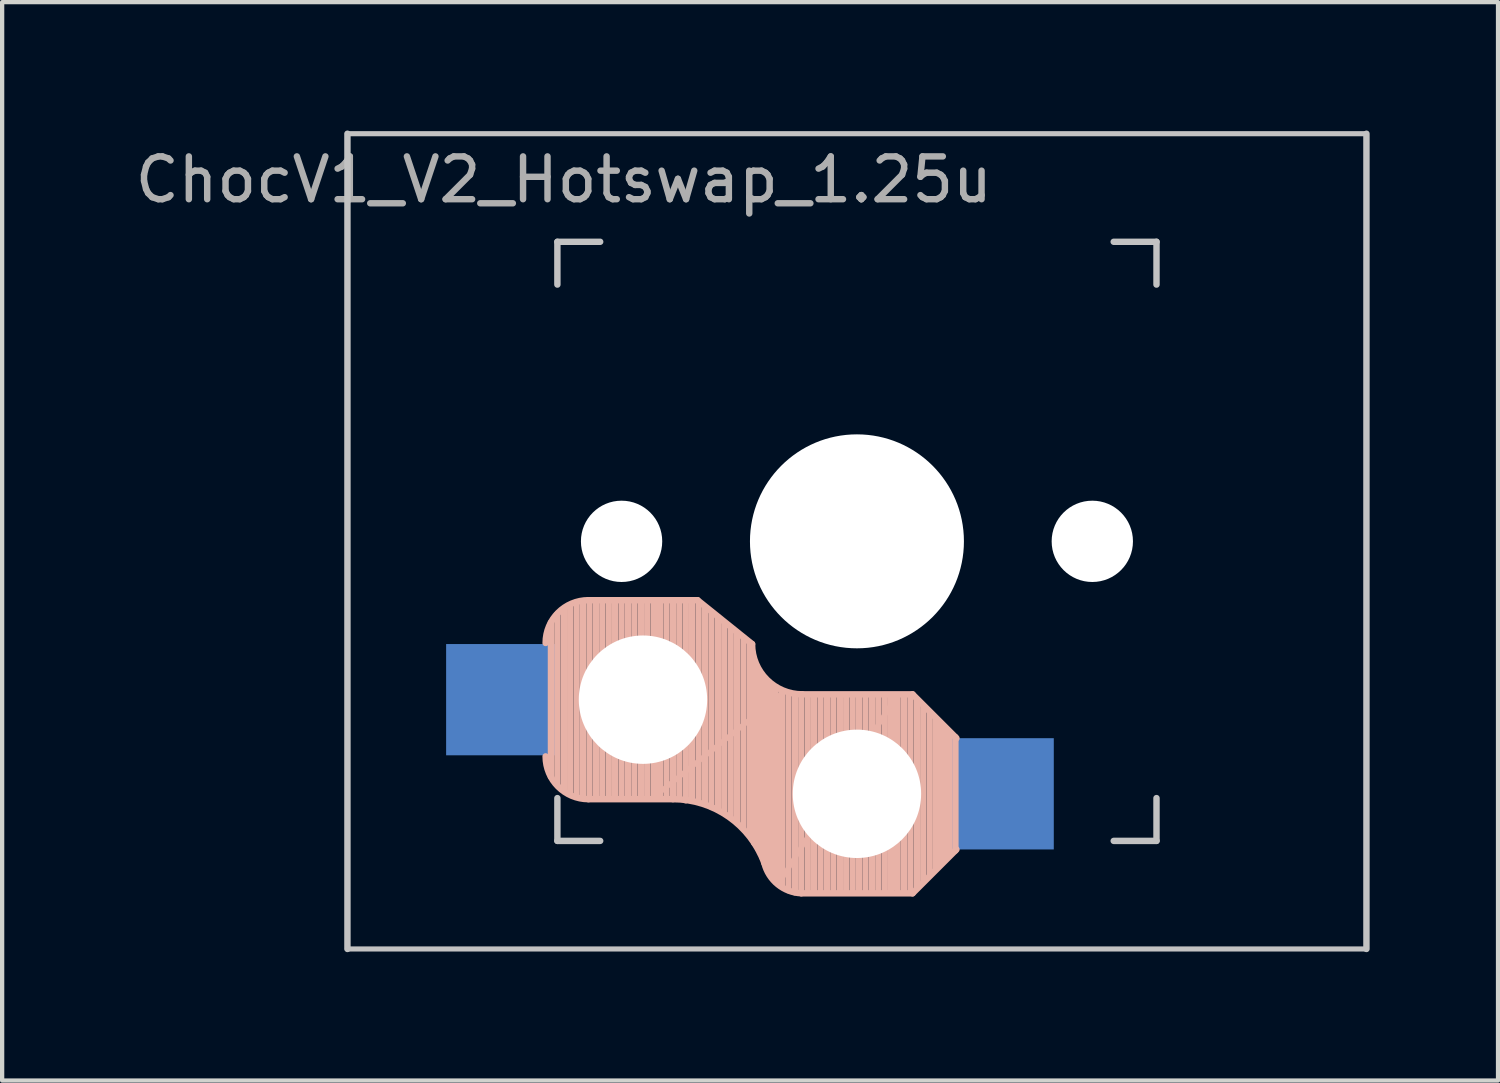
<source format=kicad_pcb>
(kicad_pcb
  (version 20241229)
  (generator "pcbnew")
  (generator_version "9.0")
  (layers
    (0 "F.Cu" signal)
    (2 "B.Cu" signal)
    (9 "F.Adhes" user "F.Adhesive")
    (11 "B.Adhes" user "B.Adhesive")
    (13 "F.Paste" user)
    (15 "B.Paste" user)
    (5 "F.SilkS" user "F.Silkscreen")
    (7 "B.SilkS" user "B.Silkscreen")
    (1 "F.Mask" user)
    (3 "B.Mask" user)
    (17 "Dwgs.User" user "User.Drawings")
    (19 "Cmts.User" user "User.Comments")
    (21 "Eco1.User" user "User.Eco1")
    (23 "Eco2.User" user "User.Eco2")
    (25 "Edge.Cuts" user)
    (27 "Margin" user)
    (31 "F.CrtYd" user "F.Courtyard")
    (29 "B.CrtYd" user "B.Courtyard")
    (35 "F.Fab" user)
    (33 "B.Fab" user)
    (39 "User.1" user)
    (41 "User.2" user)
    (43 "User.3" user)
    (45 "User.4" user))
  (footprint "ChocV1_V2_Hotswap_1.25u"
    (layer "F.Cu")
    (at 16.975 9.6)
    (property "Reference" "ChocV1_V2_Hotswap_1.25u" (at -6.85 -8.45 0) (layer "F.Fab") (effects (font (size 1 1) (thickness 0.15))))
    (attr through_hole)
    (fp_line (start -7.15 5.5) (end -7.15 1.9) (stroke (width 0.15) (type solid)) (layer "B.SilkS"))
    (fp_line (start -7 5.7) (end -7 1.7) (stroke (width 0.15) (type solid)) (layer "B.SilkS"))
    (fp_line (start -6.85 5.8) (end -6.85 1.6) (stroke (width 0.15) (type solid)) (layer "B.SilkS"))
    (fp_line (start -6.7 5.9) (end -6.7 1.5) (stroke (width 0.15) (type solid)) (layer "B.SilkS"))
    (fp_line (start -6.55 5.95) (end -6.55 1.45) (stroke (width 0.15) (type solid)) (layer "B.SilkS"))
    (fp_line (start -6.4 6) (end -6.4 1.45) (stroke (width 0.15) (type solid)) (layer "B.SilkS"))
    (fp_line (start -6.25 6) (end -6.25 1.4) (stroke (width 0.15) (type solid)) (layer "B.SilkS"))
    (fp_line (start -6.1 6) (end -6.1 1.4) (stroke (width 0.15) (type solid)) (layer "B.SilkS"))
    (fp_line (start -5.95 6) (end -5.95 1.4) (stroke (width 0.15) (type solid)) (layer "B.SilkS"))
    (fp_line (start -5.8 6) (end -5.8 1.4) (stroke (width 0.15) (type solid)) (layer "B.SilkS"))
    (fp_line (start -5.65 6) (end -5.65 1.4) (stroke (width 0.15) (type solid)) (layer "B.SilkS"))
    (fp_line (start -5.5 6) (end -5.5 1.4) (stroke (width 0.15) (type solid)) (layer "B.SilkS"))
    (fp_line (start -5.35 6) (end -5.35 1.4) (stroke (width 0.15) (type solid)) (layer "B.SilkS"))
    (fp_line (start -5.2 6) (end -5.2 1.4) (stroke (width 0.15) (type solid)) (layer "B.SilkS"))
    (fp_line (start -5.05 6) (end -5.05 1.4) (stroke (width 0.15) (type solid)) (layer "B.SilkS"))
    (fp_line (start -4.9 6) (end -4.9 1.4) (stroke (width 0.15) (type solid)) (layer "B.SilkS"))
    (fp_line (start -4.75 6) (end -4.75 1.4) (stroke (width 0.15) (type solid)) (layer "B.SilkS"))
    (fp_line (start -4.65 5.9) (end -4.65 1.4) (stroke (width 0.12) (type solid)) (layer "B.SilkS"))
    (fp_line (start -4.6 6) (end -4.6 1.4) (stroke (width 0.15) (type solid)) (layer "B.SilkS"))
    (fp_line (start -4.45 6) (end -4.45 1.4) (stroke (width 0.15) (type solid)) (layer "B.SilkS"))
    (fp_line (start -4.3 6) (end -4.3 1.4) (stroke (width 0.15) (type solid)) (layer "B.SilkS"))
    (fp_line (start -4.3 6.025) (end -6.275 6.025) (stroke (width 0.15) (type solid)) (layer "B.SilkS"))
    (fp_line (start -4.15 6) (end -4.15 1.45) (stroke (width 0.15) (type solid)) (layer "B.SilkS"))
    (fp_line (start -4 6.05) (end -4 1.4) (stroke (width 0.15) (type solid)) (layer "B.SilkS"))
    (fp_line (start -3.85 6.05) (end -3.85 1.4) (stroke (width 0.15) (type solid)) (layer "B.SilkS"))
    (fp_line (start -3.725 1.375) (end -6.275 1.375) (stroke (width 0.15) (type solid)) (layer "B.SilkS"))
    (fp_line (start -3.725 1.375) (end -2.45 2.4) (stroke (width 0.15) (type solid)) (layer "B.SilkS"))
    (fp_line (start -3.7 6.05) (end -3.7 1.45) (stroke (width 0.15) (type solid)) (layer "B.SilkS"))
    (fp_line (start -3.55 6.1) (end -3.55 1.55) (stroke (width 0.15) (type solid)) (layer "B.SilkS"))
    (fp_line (start -3.4 6.2) (end -3.4 1.65) (stroke (width 0.15) (type solid)) (layer "B.SilkS"))
    (fp_line (start -3.25 6.25) (end -3.25 1.8) (stroke (width 0.15) (type solid)) (layer "B.SilkS"))
    (fp_line (start -3.1 6.35) (end -3.1 1.9) (stroke (width 0.15) (type solid)) (layer "B.SilkS"))
    (fp_line (start -2.95 6.45) (end -2.95 2.05) (stroke (width 0.15) (type solid)) (layer "B.SilkS"))
    (fp_line (start -2.8 6.55) (end -2.8 2.15) (stroke (width 0.15) (type solid)) (layer "B.SilkS"))
    (fp_line (start -2.65 6.7) (end -2.65 2.25) (stroke (width 0.15) (type solid)) (layer "B.SilkS"))
    (fp_line (start -2.5 6.85) (end -2.5 2.4) (stroke (width 0.15) (type solid)) (layer "B.SilkS"))
    (fp_line (start -2.4 7.05) (end -2.4 2.9) (stroke (width 0.15) (type solid)) (layer "B.SilkS"))
    (fp_line (start -2.3 7.2) (end -2.3 3.05) (stroke (width 0.15) (type solid)) (layer "B.SilkS"))
    (fp_line (start -2.2 7.4) (end -2.2 3.25) (stroke (width 0.15) (type solid)) (layer "B.SilkS"))
    (fp_line (start -2.1 7.55) (end -2.1 3.35) (stroke (width 0.15) (type solid)) (layer "B.SilkS"))
    (fp_line (start -2 7.8) (end -2 3.4) (stroke (width 0.15) (type solid)) (layer "B.SilkS"))
    (fp_line (start -1.9 7.95) (end -1.9 3.45) (stroke (width 0.15) (type solid)) (layer "B.SilkS"))
    (fp_line (start -1.8 3.6) (end -4.65 5.9) (stroke (width 0.12) (type solid)) (layer "B.SilkS"))
    (fp_line (start -1.8 7.95) (end -1.8 3.6) (stroke (width 0.12) (type solid)) (layer "B.SilkS"))
    (fp_line (start -1.75 8.05) (end -1.75 3.5) (stroke (width 0.15) (type solid)) (layer "B.SilkS"))
    (fp_line (start -1.6 8.15) (end -1.6 3.6) (stroke (width 0.15) (type solid)) (layer "B.SilkS"))
    (fp_line (start -1.45 8.2) (end -1.45 3.6) (stroke (width 0.15) (type solid)) (layer "B.SilkS"))
    (fp_line (start -1.3 8.2) (end -1.3 3.6) (stroke (width 0.15) (type solid)) (layer "B.SilkS"))
    (fp_line (start -1.15 8.2) (end -1.15 3.65) (stroke (width 0.15) (type solid)) (layer "B.SilkS"))
    (fp_line (start -1 8.2) (end -1 3.6) (stroke (width 0.15) (type solid)) (layer "B.SilkS"))
    (fp_line (start -0.85 8.2) (end -0.85 3.6) (stroke (width 0.15) (type solid)) (layer "B.SilkS"))
    (fp_line (start -0.7 8.2) (end -0.7 3.6) (stroke (width 0.15) (type solid)) (layer "B.SilkS"))
    (fp_line (start -0.55 8.2) (end -0.55 3.6) (stroke (width 0.15) (type solid)) (layer "B.SilkS"))
    (fp_line (start -0.4 8.2) (end -0.4 3.6) (stroke (width 0.15) (type solid)) (layer "B.SilkS"))
    (fp_line (start -0.25 8.2) (end -0.25 3.6) (stroke (width 0.15) (type solid)) (layer "B.SilkS"))
    (fp_line (start -0.1 8.2) (end -0.1 3.6) (stroke (width 0.15) (type solid)) (layer "B.SilkS"))
    (fp_line (start 0.05 8.2) (end 0.05 3.6) (stroke (width 0.15) (type solid)) (layer "B.SilkS"))
    (fp_line (start 0.2 8.2) (end 0.2 3.6) (stroke (width 0.15) (type solid)) (layer "B.SilkS"))
    (fp_line (start 0.35 8.2) (end 0.35 3.6) (stroke (width 0.15) (type solid)) (layer "B.SilkS"))
    (fp_line (start 0.5 8.2) (end 0.5 3.6) (stroke (width 0.15) (type solid)) (layer "B.SilkS"))
    (fp_line (start 0.65 8.2) (end 0.65 3.6) (stroke (width 0.15) (type solid)) (layer "B.SilkS"))
    (fp_line (start 0.8 8.2) (end 0.8 3.6) (stroke (width 0.15) (type solid)) (layer "B.SilkS"))
    (fp_line (start 0.9 3.65) (end -1.8 7.95) (stroke (width 0.12) (type solid)) (layer "B.SilkS"))
    (fp_line (start 0.9 8.1) (end 0.9 3.65) (stroke (width 0.12) (type solid)) (layer "B.SilkS"))
    (fp_line (start 0.95 8.2) (end 0.95 3.6) (stroke (width 0.15) (type solid)) (layer "B.SilkS"))
    (fp_line (start 1.1 8.2) (end 1.1 3.6) (stroke (width 0.15) (type solid)) (layer "B.SilkS"))
    (fp_line (start 1.25 8.2) (end 1.25 3.6) (stroke (width 0.15) (type solid)) (layer "B.SilkS"))
    (fp_line (start 1.3 3.575) (end -1.275 3.575) (stroke (width 0.15) (type solid)) (layer "B.SilkS"))
    (fp_line (start 1.3 3.575) (end 2.325 4.6) (stroke (width 0.15) (type solid)) (layer "B.SilkS"))
    (fp_line (start 1.3 8.225) (end -1.3 8.225) (stroke (width 0.15) (type solid)) (layer "B.SilkS"))
    (fp_line (start 1.3 8.225) (end 2.325 7.2) (stroke (width 0.15) (type solid)) (layer "B.SilkS"))
    (fp_line (start 1.4 8.1) (end 1.4 3.7) (stroke (width 0.15) (type solid)) (layer "B.SilkS"))
    (fp_line (start 1.55 7.95) (end 1.55 3.85) (stroke (width 0.15) (type solid)) (layer "B.SilkS"))
    (fp_line (start 1.7 7.8) (end 1.7 4) (stroke (width 0.15) (type solid)) (layer "B.SilkS"))
    (fp_line (start 1.85 7.65) (end 1.85 4.15) (stroke (width 0.15) (type solid)) (layer "B.SilkS"))
    (fp_line (start 1.95 7.55) (end 1.95 4.25) (stroke (width 0.15) (type solid)) (layer "B.SilkS"))
    (fp_line (start 2.05 7.45) (end 2.05 4.35) (stroke (width 0.15) (type solid)) (layer "B.SilkS"))
    (fp_line (start 2.15 7.35) (end 2.15 4.45) (stroke (width 0.15) (type solid)) (layer "B.SilkS"))
    (fp_line (start 2.3 4.575) (end 2.3 7.225) (stroke (width 0.15) (type solid)) (layer "B.SilkS"))
    (fp_arc (start -7.275 2.375) (mid -6.982107 1.667893) (end -6.275 1.375) (stroke (width 0.15) (type solid)) (layer "B.SilkS"))
    (fp_arc (start -6.275 6.025) (mid -6.982107 5.732107) (end -7.275 5.025) (stroke (width 0.15) (type solid)) (layer "B.SilkS"))
    (fp_arc (start -4.3 6.025) (mid -2.995114 6.436429) (end -2.162199 7.521904) (stroke (width 0.15) (type solid)) (layer "B.SilkS"))
    (fp_arc (start -1.300995 8.223791) (mid -1.848284 8.016021) (end -2.162199 7.521904) (stroke (width 0.15) (type solid)) (layer "B.SilkS"))
    (fp_arc (start -1.275 3.575) (mid -2.10585 3.23085) (end -2.45 2.4) (stroke (width 0.15) (type solid)) (layer "B.SilkS"))
    (fp_line (start -11.906 -9.525) (end 11.906 -9.525) (stroke (width 0.12) (type solid)) (layer "Dwgs.User"))
    (fp_line (start -11.906 9.525) (end -11.906 -9.525) (stroke (width 0.15) (type solid)) (layer "Dwgs.User"))
    (fp_line (start -11.906 9.525) (end 11.906 9.525) (stroke (width 0.12) (type solid)) (layer "Dwgs.User"))
    (fp_line (start -7 -7) (end -6 -7) (stroke (width 0.15) (type solid)) (layer "Dwgs.User"))
    (fp_line (start -7 -6) (end -7 -7) (stroke (width 0.15) (type solid)) (layer "Dwgs.User"))
    (fp_line (start -7 7) (end -7 6) (stroke (width 0.15) (type solid)) (layer "Dwgs.User"))
    (fp_line (start -6 7) (end -7 7) (stroke (width 0.15) (type solid)) (layer "Dwgs.User"))
    (fp_line (start 6 7) (end 7 7) (stroke (width 0.15) (type solid)) (layer "Dwgs.User"))
    (fp_line (start 7 -7) (end 6 -7) (stroke (width 0.15) (type solid)) (layer "Dwgs.User"))
    (fp_line (start 7 -6) (end 7 -7) (stroke (width 0.15) (type solid)) (layer "Dwgs.User"))
    (fp_line (start 7 7) (end 7 6) (stroke (width 0.15) (type solid)) (layer "Dwgs.User"))
    (fp_line (start 11.906 -9.525) (end 11.906 9.525) (stroke (width 0.15) (type solid)) (layer "Dwgs.User"))
    (pad "" np_thru_hole circle (at -5.5 0 90) (size 1.9 1.9) (drill 1.9) (layers "*.Cu"))
    (pad "" np_thru_hole circle (at -5 3.7 90) (size 3 3) (drill 3) (layers "*.Cu" "*.Mask"))
    (pad "" np_thru_hole circle (at 0 0 90) (size 5 5) (drill 5) (layers "*.Cu"))
    (pad "" np_thru_hole circle (at 0 5.9 90) (size 3 3) (drill 3) (layers "*.Cu" "*.Mask"))
    (pad "" np_thru_hole circle (at 5.5 0 90) (size 1.9 1.9) (drill 1.9) (layers "*.Cu"))
    (pad "1" smd rect (at -8.3 3.7 180) (size 2.6 2.6) (layers "B.Cu" "B.Mask" "B.Paste"))
    (pad "2" smd rect (at 3.3 5.9 180) (size 2.6 2.6) (layers "B.Cu" "B.Mask" "B.Paste")))
  (gr_rect
    (start -3 -3)
    (end 31.956 22.2)
    (stroke (width 0.1) (type default))
    (fill no)
    (layer "Edge.Cuts")))
</source>
